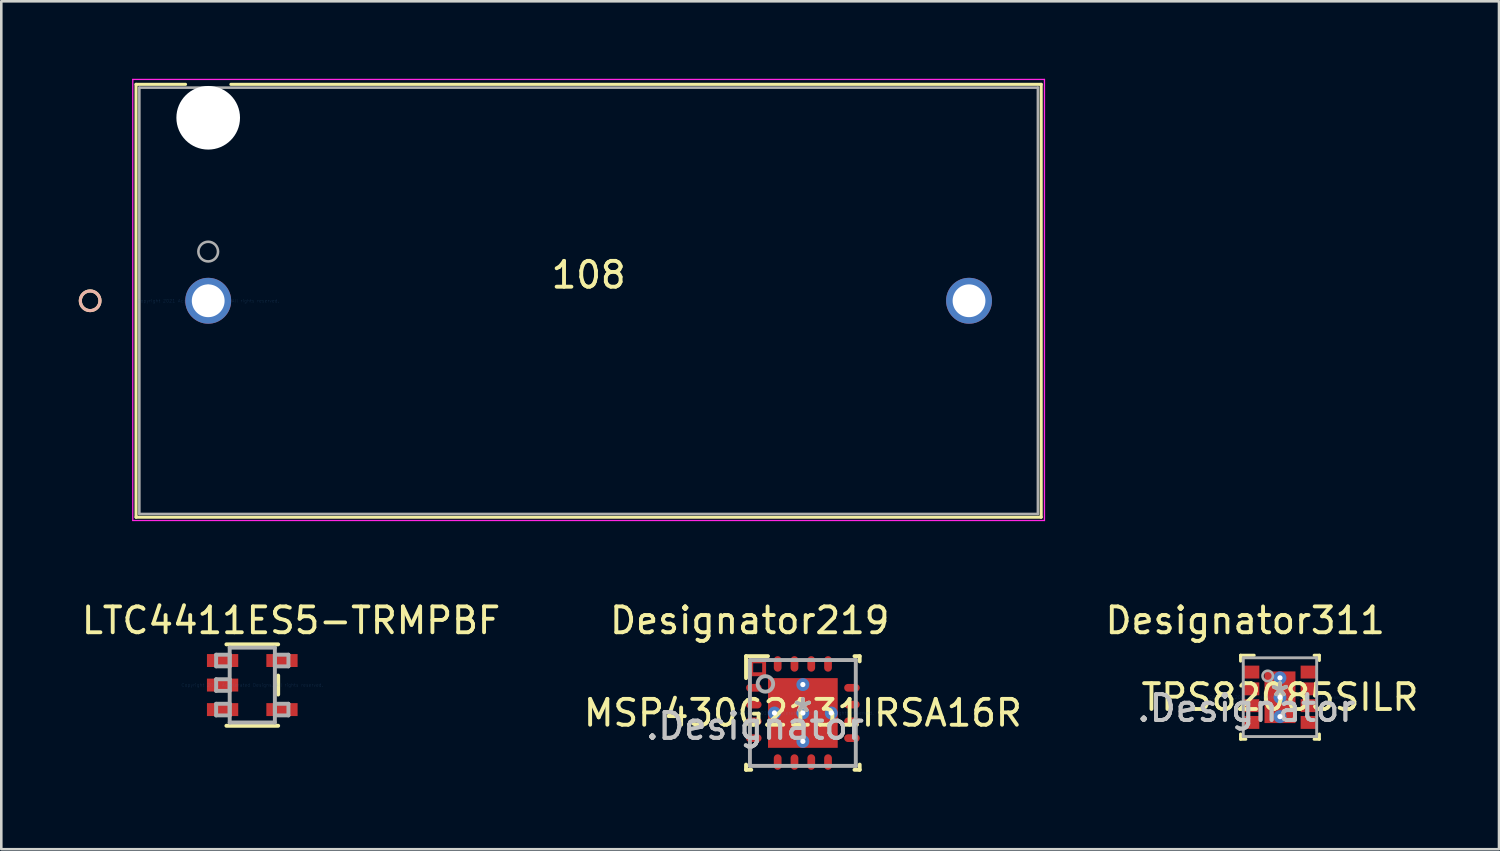
<source format=kicad_pcb>
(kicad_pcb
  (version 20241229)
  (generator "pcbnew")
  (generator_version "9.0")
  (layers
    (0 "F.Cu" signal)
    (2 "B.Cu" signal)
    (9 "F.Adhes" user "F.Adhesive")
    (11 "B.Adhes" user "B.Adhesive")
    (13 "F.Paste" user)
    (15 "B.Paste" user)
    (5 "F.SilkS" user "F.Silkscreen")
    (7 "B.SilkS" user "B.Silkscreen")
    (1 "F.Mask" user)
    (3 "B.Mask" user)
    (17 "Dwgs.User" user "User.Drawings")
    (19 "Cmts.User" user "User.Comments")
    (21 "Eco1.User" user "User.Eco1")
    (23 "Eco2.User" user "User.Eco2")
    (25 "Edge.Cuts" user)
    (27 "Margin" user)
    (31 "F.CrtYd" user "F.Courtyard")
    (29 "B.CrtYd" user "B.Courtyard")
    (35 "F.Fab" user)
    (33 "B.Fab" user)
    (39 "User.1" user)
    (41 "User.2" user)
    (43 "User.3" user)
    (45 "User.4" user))
  (footprint "MSP430G2131IRSA16R"
    (layer "F.Cu")
    (at 28.042 24.561)
    (property "Reference" "MSP430G2131IRSA16R" (at 0 0 0) (layer "F.SilkS") (effects (font (size 1 1) (thickness 0.15))))
    (attr through_hole)
    (fp_line (start -2 -2) (end -2 -1.5) (stroke (width 0.152) (type solid)) (layer "F.Cu"))
    (fp_line (start -2 -1.5) (end -1.5 -1.5) (stroke (width 0.152) (type solid)) (layer "F.Cu"))
    (fp_line (start -1.5 -2) (end -2 -2) (stroke (width 0.152) (type solid)) (layer "F.Cu"))
    (fp_line (start -1.5 -1.5) (end -1.5 -2) (stroke (width 0.152) (type solid)) (layer "F.Cu"))
    (fp_line (start -2.2 -2.2) (end -1.35 -2.2) (stroke (width 0.152) (type solid)) (layer "F.SilkS"))
    (fp_line (start -2.2 -1.35) (end -2.2 -2.2) (stroke (width 0.152) (type solid)) (layer "F.SilkS"))
    (fp_line (start -2.2 2.2) (end -2.2 2) (stroke (width 0.152) (type solid)) (layer "F.SilkS"))
    (fp_line (start -2.2 2.2) (end -2 2.2) (stroke (width 0.152) (type solid)) (layer "F.SilkS"))
    (fp_line (start 2 -2.2) (end 2.2 -2.2) (stroke (width 0.152) (type solid)) (layer "F.SilkS"))
    (fp_line (start 2 2.2) (end 2.2 2.2) (stroke (width 0.152) (type solid)) (layer "F.SilkS"))
    (fp_line (start 2.2 -2) (end 2.2 -2.2) (stroke (width 0.152) (type solid)) (layer "F.SilkS"))
    (fp_line (start 2.2 2.2) (end 2.2 2) (stroke (width 0.152) (type solid)) (layer "F.SilkS"))
    (fp_line (start -1.288 -1.288) (end -1.288 -0.1) (stroke (width 0.152) (type solid)) (layer "F.Paste"))
    (fp_line (start -1.288 -0.1) (end -0.1 -0.1) (stroke (width 0.152) (type solid)) (layer "F.Paste"))
    (fp_line (start -1.288 0.1) (end -1.288 1.288) (stroke (width 0.152) (type solid)) (layer "F.Paste"))
    (fp_line (start -1.288 1.288) (end -0.1 1.288) (stroke (width 0.152) (type solid)) (layer "F.Paste"))
    (fp_line (start -0.1 -1.288) (end -1.288 -1.288) (stroke (width 0.152) (type solid)) (layer "F.Paste"))
    (fp_line (start -0.1 -0.1) (end -0.1 -1.288) (stroke (width 0.152) (type solid)) (layer "F.Paste"))
    (fp_line (start -0.1 0.1) (end -1.288 0.1) (stroke (width 0.152) (type solid)) (layer "F.Paste"))
    (fp_line (start -0.1 1.288) (end -0.1 0.1) (stroke (width 0.152) (type solid)) (layer "F.Paste"))
    (fp_line (start 0.1 -1.288) (end 0.1 -0.1) (stroke (width 0.152) (type solid)) (layer "F.Paste"))
    (fp_line (start 0.1 -0.1) (end 1.288 -0.1) (stroke (width 0.152) (type solid)) (layer "F.Paste"))
    (fp_line (start 0.1 0.1) (end 0.1 1.288) (stroke (width 0.152) (type solid)) (layer "F.Paste"))
    (fp_line (start 0.1 1.288) (end 1.288 1.288) (stroke (width 0.152) (type solid)) (layer "F.Paste"))
    (fp_line (start 1.288 -1.288) (end 0.1 -1.288) (stroke (width 0.152) (type solid)) (layer "F.Paste"))
    (fp_line (start 1.288 -0.1) (end 1.288 -1.288) (stroke (width 0.152) (type solid)) (layer "F.Paste"))
    (fp_line (start 1.288 0.1) (end 0.1 0.1) (stroke (width 0.152) (type solid)) (layer "F.Paste"))
    (fp_line (start 1.288 1.288) (end 1.288 0.1) (stroke (width 0.152) (type solid)) (layer "F.Paste"))
    (fp_line (start -2.05 -2.05) (end 2.05 -2.05) (stroke (width 0.152) (type solid)) (layer "F.Fab"))
    (fp_line (start -2.05 2.05) (end -2.05 -2.05) (stroke (width 0.152) (type solid)) (layer "F.Fab"))
    (fp_line (start -2.05 2.05) (end 2.05 2.05) (stroke (width 0.152) (type solid)) (layer "F.Fab"))
    (fp_line (start 2.05 2.05) (end 2.05 -2.05) (stroke (width 0.152) (type solid)) (layer "F.Fab"))
    (fp_circle (center -1.45 -1.125) (end -1.15 -1.125) (stroke (width 0.152) (type solid)) (fill no) (layer "F.Fab"))
    (fp_text user "Designator219" (at -2.057 -3.581 0) (layer "F.SilkS") (effects (font (size 1 1) (thickness 0.15))))
    (fp_text user "*" (at 0 0 0) (layer "F.SilkS") (effects (font (size 1 1) (thickness 0.15))))
    (fp_text user ".Designator" (at -1.854 0.508 0) (layer "Dwgs.User") (effects (font (size 1 1) (thickness 0.15))))
    (fp_text user "Copyright 2016 Accelerated Designs. All rights reserved." (at 0 0 0) (layer "Cmts.User") (effects (font (size 0.127 0.127) (thickness 0.002))))
    (fp_text user "*" (at 0 0 0) (layer "F.Fab") (effects (font (size 1 1) (thickness 0.15))))
    (fp_text user ".Designator" (at -1.854 0.508 0) (layer "F.Fab") (effects (font (size 1 1) (thickness 0.15))))
    (pad "1" smd oval (at -1.9 -0.975 90) (size 0.3 0.6) (layers "F.Cu" "F.Mask" "F.Paste"))
    (pad "2" smd oval (at -1.9 -0.325 90) (size 0.3 0.6) (layers "F.Cu" "F.Mask" "F.Paste"))
    (pad "3" smd oval (at -1.9 0.325 90) (size 0.3 0.6) (layers "F.Cu" "F.Mask" "F.Paste"))
    (pad "4" smd oval (at -1.9 0.975 90) (size 0.3 0.6) (layers "F.Cu" "F.Mask" "F.Paste"))
    (pad "5" smd oval (at -0.975 1.9) (size 0.3 0.6) (layers "F.Cu" "F.Mask" "F.Paste"))
    (pad "6" smd oval (at -0.325 1.9) (size 0.3 0.6) (layers "F.Cu" "F.Mask" "F.Paste"))
    (pad "7" smd oval (at 0.325 1.9) (size 0.3 0.6) (layers "F.Cu" "F.Mask" "F.Paste"))
    (pad "8" smd oval (at 0.975 1.9) (size 0.3 0.6) (layers "F.Cu" "F.Mask" "F.Paste"))
    (pad "9" smd oval (at 1.9 0.975 90) (size 0.3 0.6) (layers "F.Cu" "F.Mask" "F.Paste"))
    (pad "10" smd oval (at 1.9 0.325 90) (size 0.3 0.6) (layers "F.Cu" "F.Mask" "F.Paste"))
    (pad "11" smd oval (at 1.9 -0.325 90) (size 0.3 0.6) (layers "F.Cu" "F.Mask" "F.Paste"))
    (pad "12" smd oval (at 1.9 -0.975 90) (size 0.3 0.6) (layers "F.Cu" "F.Mask" "F.Paste"))
    (pad "13" smd oval (at 0.975 -1.9) (size 0.3 0.6) (layers "F.Cu" "F.Mask" "F.Paste"))
    (pad "14" smd oval (at 0.325 -1.9) (size 0.3 0.6) (layers "F.Cu" "F.Mask" "F.Paste"))
    (pad "15" smd oval (at -0.325 -1.9) (size 0.3 0.6) (layers "F.Cu" "F.Mask" "F.Paste"))
    (pad "16" smd oval (at -0.975 -1.9) (size 0.3 0.6) (layers "F.Cu" "F.Mask" "F.Paste"))
    (pad "17" smd rect (at 0 0) (size 2.7 2.7) (layers "F.Cu" "F.Mask" "F.Paste"))
    (pad "V" thru_hole circle (at -1.1 0) (size 0.5 0.5) (drill 0.203) (layers "*.Cu" "*.Mask"))
    (pad "V" thru_hole circle (at 0 -1.1) (size 0.5 0.5) (drill 0.203) (layers "*.Cu" "*.Mask"))
    (pad "V" thru_hole circle (at 0 0) (size 0.5 0.5) (drill 0.203) (layers "*.Cu" "*.Mask"))
    (pad "V" thru_hole circle (at 0 1.1) (size 0.5 0.5) (drill 0.203) (layers "*.Cu" "*.Mask"))
    (pad "V" thru_hole circle (at 1.1 0) (size 0.5 0.5) (drill 0.203) (layers "*.Cu" "*.Mask")))
  (footprint "108"
    (layer "F.Cu")
    (at 5.013 8.598)
    (property "Reference" "108" (at 14.732 -1 0) (layer "F.SilkS") (effects (font (size 1 1) (thickness 0.15))))
    (attr through_hole)
    (fp_line (start -2.794 -8.382) (end -2.794 8.382) (stroke (width 0.12) (type solid)) (layer "F.SilkS"))
    (fp_line (start -2.794 8.382) (end 32.258 8.382) (stroke (width 0.12) (type solid)) (layer "F.SilkS"))
    (fp_line (start -0.878 -8.382) (end -2.794 -8.382) (stroke (width 0.12) (type solid)) (layer "F.SilkS"))
    (fp_line (start 32.258 -8.382) (end 0.878 -8.382) (stroke (width 0.12) (type solid)) (layer "F.SilkS"))
    (fp_line (start 32.258 8.382) (end 32.258 -8.382) (stroke (width 0.12) (type solid)) (layer "F.SilkS"))
    (fp_circle (center -4.572 0) (end -4.191 0) (stroke (width 0.12) (type solid)) (fill no) (layer "F.SilkS"))
    (fp_circle (center -4.572 0) (end -4.191 0) (stroke (width 0.12) (type solid)) (fill no) (layer "B.SilkS"))
    (fp_line (start -2.921 -8.572) (end -2.921 8.509) (stroke (width 0.05) (type solid)) (layer "F.CrtYd"))
    (fp_line (start -2.921 8.509) (end 32.385 8.509) (stroke (width 0.05) (type solid)) (layer "F.CrtYd"))
    (fp_line (start 32.385 -8.572) (end -2.921 -8.572) (stroke (width 0.05) (type solid)) (layer "F.CrtYd"))
    (fp_line (start 32.385 8.509) (end 32.385 -8.572) (stroke (width 0.05) (type solid)) (layer "F.CrtYd"))
    (fp_line (start -2.667 -8.255) (end -2.667 8.255) (stroke (width 0.1) (type solid)) (layer "F.Fab"))
    (fp_line (start -2.667 8.255) (end 32.131 8.255) (stroke (width 0.1) (type solid)) (layer "F.Fab"))
    (fp_line (start 32.131 -8.255) (end -2.667 -8.255) (stroke (width 0.1) (type solid)) (layer "F.Fab"))
    (fp_line (start 32.131 8.255) (end 32.131 -8.255) (stroke (width 0.1) (type solid)) (layer "F.Fab"))
    (fp_circle (center 0 -1.905) (end 0.381 -1.905) (stroke (width 0.1) (type solid)) (fill no) (layer "F.Fab"))
    (fp_text user "*" (at 0 0 0) (layer "F.SilkS") (effects (font (size 1 1) (thickness 0.15))))
    (fp_text user "Copyright 2021 Accelerated Designs. All rights reserved." (at 0 0 0) (layer "Cmts.User") (effects (font (size 0.127 0.127) (thickness 0.002))))
    (fp_text user "*" (at 0 0 0) (layer "F.Fab") (effects (font (size 1 1) (thickness 0.15))))
    (pad "" np_thru_hole circle (at 0 -7.087) (size 2.464 2.464) (drill 2.464) (layers "*.Cu" "*.Mask"))
    (pad "1" thru_hole circle (at 0 0) (size 1.778 1.778) (drill 1.27) (layers "*.Cu" "*.Mask"))
    (pad "2" thru_hole circle (at 29.464 0) (size 1.778 1.778) (drill 1.27) (layers "*.Cu" "*.Mask")))
  (footprint "TPS82085SILR"
    (layer "F.Cu")
    (at 46.519 23.952)
    (property "Reference" "TPS82085SILR" (at 0 0 0) (layer "F.SilkS") (effects (font (size 1 1) (thickness 0.15))))
    (attr through_hole)
    (fp_line (start -1.525 -1.625) (end -1 -1.625) (stroke (width 0.12) (type solid)) (layer "F.SilkS"))
    (fp_line (start -1.525 -1.4) (end -1.525 -1.625) (stroke (width 0.12) (type solid)) (layer "F.SilkS"))
    (fp_line (start -1.525 1.625) (end -1.525 1.425) (stroke (width 0.12) (type solid)) (layer "F.SilkS"))
    (fp_line (start -1.525 1.625) (end -1.325 1.625) (stroke (width 0.12) (type solid)) (layer "F.SilkS"))
    (fp_line (start 1.325 -1.625) (end 1.525 -1.625) (stroke (width 0.12) (type solid)) (layer "F.SilkS"))
    (fp_line (start 1.325 1.625) (end 1.525 1.625) (stroke (width 0.12) (type solid)) (layer "F.SilkS"))
    (fp_line (start 1.525 -1.425) (end 1.525 -1.625) (stroke (width 0.12) (type solid)) (layer "F.SilkS"))
    (fp_line (start 1.525 1.625) (end 1.525 1.425) (stroke (width 0.12) (type solid)) (layer "F.SilkS"))
    (fp_poly (pts (xy -0.52 -0.1) (xy 0.52 -0.1) (xy 0.52 -0.95) (xy -0.52 -0.95)) (stroke (width 0.1) (type solid)) (fill yes) (layer "F.Paste"))
    (fp_poly (pts (xy -0.52 0.95) (xy 0.52 0.95) (xy 0.52 0.1) (xy -0.52 0.1)) (stroke (width 0.1) (type solid)) (fill yes) (layer "F.Paste"))
    (fp_line (start -1.425 -1.525) (end 1.425 -1.525) (stroke (width 0.1) (type solid)) (layer "F.Fab"))
    (fp_line (start -1.425 -1.525) (end 1.425 -1.525) (stroke (width 0.1) (type solid)) (layer "F.Fab"))
    (fp_line (start -1.425 1.525) (end -1.425 -1.525) (stroke (width 0.1) (type solid)) (layer "F.Fab"))
    (fp_line (start -1.425 1.525) (end -1.425 -1.525) (stroke (width 0.1) (type solid)) (layer "F.Fab"))
    (fp_line (start -1.425 1.525) (end 1.425 1.525) (stroke (width 0.1) (type solid)) (layer "F.Fab"))
    (fp_line (start -1.425 1.525) (end 1.425 1.525) (stroke (width 0.1) (type solid)) (layer "F.Fab"))
    (fp_line (start 1.425 1.525) (end 1.425 -1.525) (stroke (width 0.1) (type solid)) (layer "F.Fab"))
    (fp_line (start 1.425 1.525) (end 1.425 -1.525) (stroke (width 0.1) (type solid)) (layer "F.Fab"))
    (fp_circle (center -0.475 -0.825) (end -0.273 -0.825) (stroke (width 0.1) (type solid)) (fill no) (layer "F.Fab"))
    (fp_text user "*" (at 0 0 0) (layer "F.SilkS") (effects (font (size 1 1) (thickness 0.15))))
    (fp_text user "Designator311" (at -1.346 -2.972 0) (layer "F.SilkS") (effects (font (size 1 1) (thickness 0.15))))
    (fp_text user ".Designator" (at -1.3 0.425 0) (layer "Dwgs.User") (effects (font (size 1 1) (thickness 0.15))))
    (fp_text user "Copyright 2021 Accelerated Designs. All rights reserved." (at 0 0 0) (layer "Cmts.User") (effects (font (size 0.127 0.127) (thickness 0.002))))
    (fp_text user ".Designator" (at -1.3 0.425 0) (layer "F.Fab") (effects (font (size 1 1) (thickness 0.15))))
    (fp_text user "*" (at 0 0 0) (layer "F.Fab") (effects (font (size 1 1) (thickness 0.15))))
    (pad "1" smd rect (at -1.1 -0.975) (size 0.6 0.5) (layers "F.Cu" "F.Mask" "F.Paste"))
    (pad "2" smd rect (at -1.1 -0.325) (size 0.6 0.5) (layers "F.Cu" "F.Mask" "F.Paste"))
    (pad "3" smd rect (at -1.1 0.325) (size 0.6 0.5) (layers "F.Cu" "F.Mask" "F.Paste"))
    (pad "4" smd rect (at -1.1 0.975) (size 0.6 0.5) (layers "F.Cu" "F.Mask" "F.Paste"))
    (pad "5" smd rect (at 1.1 0.975) (size 0.6 0.5) (layers "F.Cu" "F.Mask" "F.Paste"))
    (pad "6" smd rect (at 1.1 0.325) (size 0.6 0.5) (layers "F.Cu" "F.Mask" "F.Paste"))
    (pad "7" smd rect (at 1.1 -0.325) (size 0.6 0.5) (layers "F.Cu" "F.Mask" "F.Paste"))
    (pad "8" smd rect (at 1.1 -0.975) (size 0.6 0.5) (layers "F.Cu" "F.Mask" "F.Paste"))
    (pad "9" smd rect (at 0 0) (size 1.2 2) (layers "F.Cu" "F.Mask" "F.Paste"))
    (pad "V" thru_hole circle (at 0 -0.75) (size 0.5 0.5) (drill 0.203) (layers "*.Cu" "*.Mask"))
    (pad "V" thru_hole circle (at 0 0) (size 0.5 0.5) (drill 0.203) (layers "*.Cu" "*.Mask"))
    (pad "V" thru_hole circle (at 0 0.75) (size 0.5 0.5) (drill 0.203) (layers "*.Cu" "*.Mask")))
  (footprint "LTC4411ES5-TRMPBF"
    (layer "F.Cu")
    (at 6.72 23.48)
    (property "Reference" "LTC4411ES5-TRMPBF" (at 1.5 -2.5 0) (layer "F.SilkS") (effects (font (size 1 1) (thickness 0.15))))
    (attr through_hole)
    (fp_line (start -1.002 1.577) (end 1.002 1.577) (stroke (width 0.152) (type solid)) (layer "F.SilkS"))
    (fp_line (start 1.002 -1.577) (end -1.002 -1.577) (stroke (width 0.152) (type solid)) (layer "F.SilkS"))
    (fp_line (start 1.002 0.367) (end 1.002 -0.367) (stroke (width 0.152) (type solid)) (layer "F.SilkS"))
    (fp_line (start -1.4 -1.175) (end -1.4 -0.725) (stroke (width 0.152) (type solid)) (layer "F.Fab"))
    (fp_line (start -1.4 -0.725) (end -0.875 -0.725) (stroke (width 0.152) (type solid)) (layer "F.Fab"))
    (fp_line (start -1.4 -0.225) (end -1.4 0.225) (stroke (width 0.152) (type solid)) (layer "F.Fab"))
    (fp_line (start -1.4 0.225) (end -0.875 0.225) (stroke (width 0.152) (type solid)) (layer "F.Fab"))
    (fp_line (start -1.4 0.725) (end -1.4 1.175) (stroke (width 0.152) (type solid)) (layer "F.Fab"))
    (fp_line (start -1.4 1.175) (end -0.875 1.175) (stroke (width 0.152) (type solid)) (layer "F.Fab"))
    (fp_line (start -0.875 -1.45) (end -0.875 1.45) (stroke (width 0.152) (type solid)) (layer "F.Fab"))
    (fp_line (start -0.875 -1.175) (end -1.4 -1.175) (stroke (width 0.152) (type solid)) (layer "F.Fab"))
    (fp_line (start -0.875 -0.725) (end -0.875 -1.175) (stroke (width 0.152) (type solid)) (layer "F.Fab"))
    (fp_line (start -0.875 -0.225) (end -1.4 -0.225) (stroke (width 0.152) (type solid)) (layer "F.Fab"))
    (fp_line (start -0.875 0.225) (end -0.875 -0.225) (stroke (width 0.152) (type solid)) (layer "F.Fab"))
    (fp_line (start -0.875 0.725) (end -1.4 0.725) (stroke (width 0.152) (type solid)) (layer "F.Fab"))
    (fp_line (start -0.875 1.175) (end -0.875 0.725) (stroke (width 0.152) (type solid)) (layer "F.Fab"))
    (fp_line (start -0.875 1.45) (end 0.875 1.45) (stroke (width 0.152) (type solid)) (layer "F.Fab"))
    (fp_line (start 0.875 -1.45) (end -0.875 -1.45) (stroke (width 0.152) (type solid)) (layer "F.Fab"))
    (fp_line (start 0.875 -1.175) (end 0.875 -0.725) (stroke (width 0.152) (type solid)) (layer "F.Fab"))
    (fp_line (start 0.875 -0.725) (end 1.4 -0.725) (stroke (width 0.152) (type solid)) (layer "F.Fab"))
    (fp_line (start 0.875 0.725) (end 0.875 1.175) (stroke (width 0.152) (type solid)) (layer "F.Fab"))
    (fp_line (start 0.875 1.175) (end 1.4 1.175) (stroke (width 0.152) (type solid)) (layer "F.Fab"))
    (fp_line (start 0.875 1.45) (end 0.875 -1.45) (stroke (width 0.152) (type solid)) (layer "F.Fab"))
    (fp_line (start 1.4 -1.175) (end 0.875 -1.175) (stroke (width 0.152) (type solid)) (layer "F.Fab"))
    (fp_line (start 1.4 -0.725) (end 1.4 -1.175) (stroke (width 0.152) (type solid)) (layer "F.Fab"))
    (fp_line (start 1.4 0.725) (end 0.875 0.725) (stroke (width 0.152) (type solid)) (layer "F.Fab"))
    (fp_line (start 1.4 1.175) (end 1.4 0.725) (stroke (width 0.152) (type solid)) (layer "F.Fab"))
    (fp_text user "Copyright 2016 Accelerated Designs. All rights reserved." (at 0 0 0) (layer "Cmts.User") (effects (font (size 0.127 0.127) (thickness 0.002))))
    (pad "1" smd rect (at -1.15 -0.95) (size 1.211 0.501) (layers "F.Cu" "F.Mask" "F.Paste"))
    (pad "2" smd rect (at -1.15 0) (size 1.211 0.501) (layers "F.Cu" "F.Mask" "F.Paste"))
    (pad "3" smd rect (at -1.15 0.95) (size 1.211 0.501) (layers "F.Cu" "F.Mask" "F.Paste"))
    (pad "4" smd rect (at 1.15 0.95) (size 1.211 0.501) (layers "F.Cu" "F.Mask" "F.Paste"))
    (pad "5" smd rect (at 1.15 -0.95) (size 1.211 0.501) (layers "F.Cu" "F.Mask" "F.Paste")))
  (gr_rect
    (start -3 -3)
    (end 55.001 29.837)
    (stroke (width 0.1) (type default))
    (fill no)
    (layer "Edge.Cuts")))
</source>
